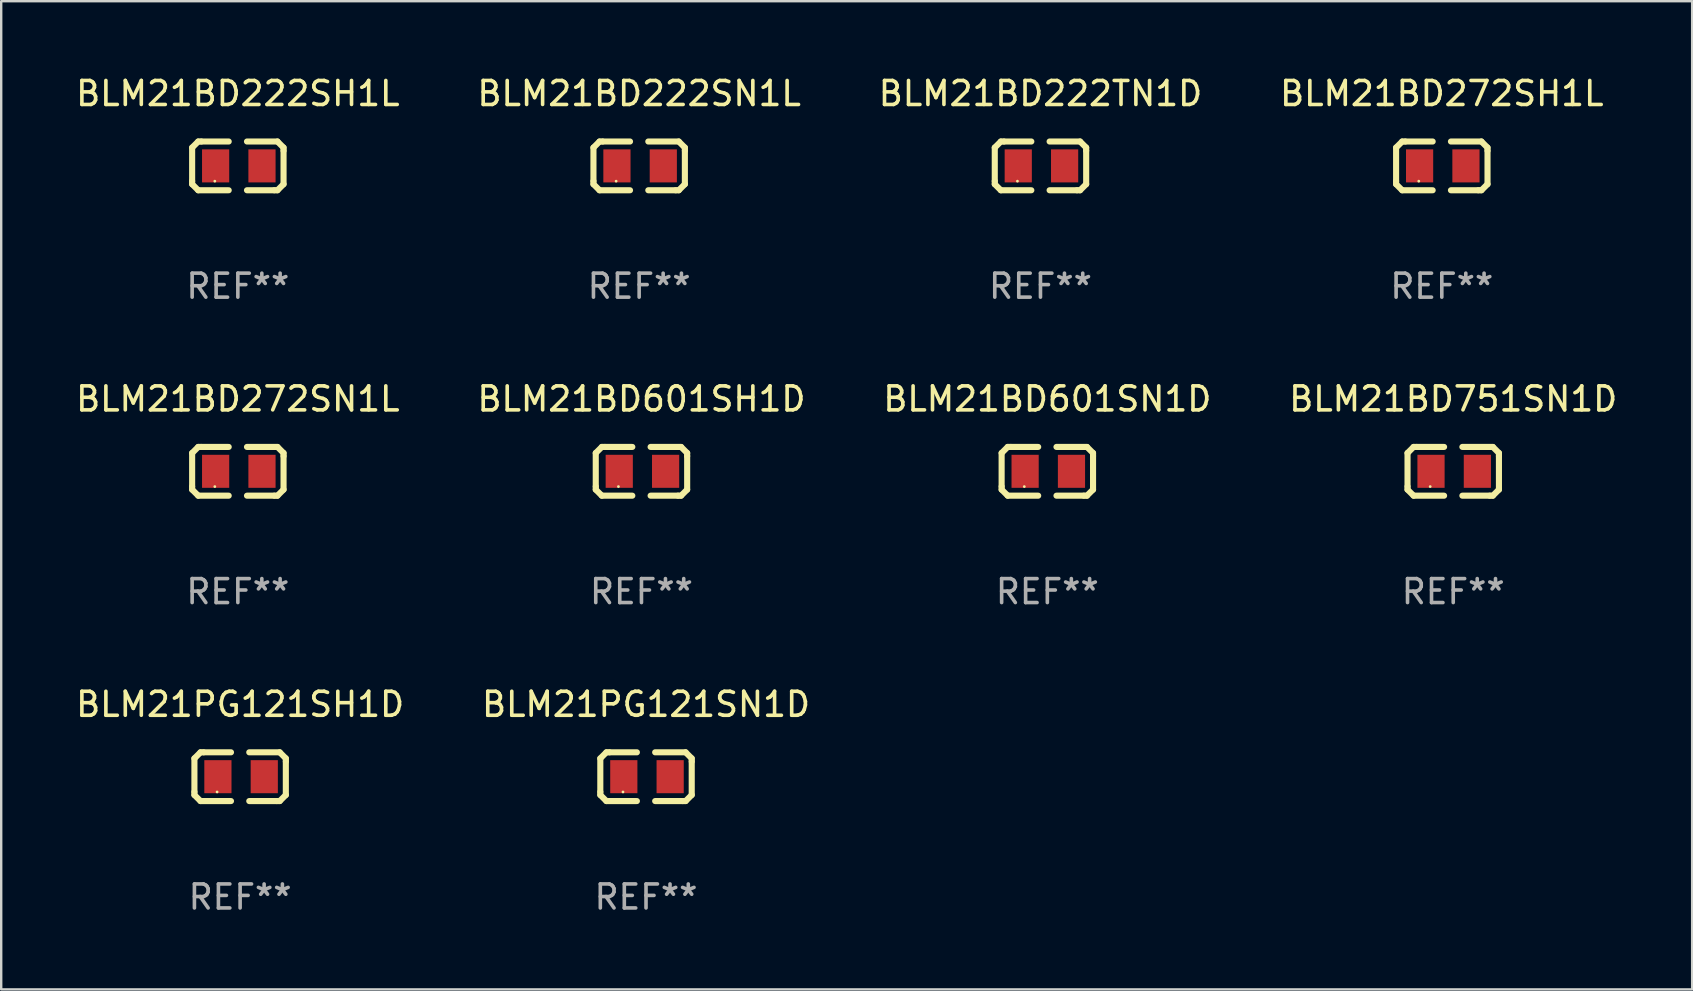
<source format=kicad_pcb>
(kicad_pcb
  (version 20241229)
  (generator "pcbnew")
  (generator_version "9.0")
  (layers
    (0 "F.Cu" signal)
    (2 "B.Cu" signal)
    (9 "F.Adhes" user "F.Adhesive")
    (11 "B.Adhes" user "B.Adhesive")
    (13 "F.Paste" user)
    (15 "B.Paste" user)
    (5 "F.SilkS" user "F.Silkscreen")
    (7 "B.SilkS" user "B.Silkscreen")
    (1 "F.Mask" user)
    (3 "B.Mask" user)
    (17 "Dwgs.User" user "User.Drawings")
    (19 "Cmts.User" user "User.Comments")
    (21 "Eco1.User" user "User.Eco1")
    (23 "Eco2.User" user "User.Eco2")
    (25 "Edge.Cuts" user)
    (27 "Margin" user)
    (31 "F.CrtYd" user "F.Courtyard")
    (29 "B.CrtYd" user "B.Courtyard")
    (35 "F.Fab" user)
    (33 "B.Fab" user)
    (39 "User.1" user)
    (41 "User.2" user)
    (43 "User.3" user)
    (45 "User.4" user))
  (footprint "BLM21BD272SH1L"
    (layer "F.Cu")
    (at 57.042 3.864)
    (property "Reference" "BLM21BD272SH1L" (at 0 -3.016 0) (layer "F.SilkS") (effects (font (size 1 1) (thickness 0.15))))
    (attr through_hole)
    (fp_line (start -1.905 -0.762) (end -1.905 0.635) (stroke (width 0.254) (type solid)) (layer "F.SilkS"))
    (fp_line (start -1.905 0.635) (end -1.905 0.762) (stroke (width 0.254) (type solid)) (layer "F.SilkS"))
    (fp_line (start -1.905 0.762) (end -1.651 1.016) (stroke (width 0.254) (type solid)) (layer "F.SilkS"))
    (fp_line (start -1.651 -1.016) (end -1.905 -0.762) (stroke (width 0.254) (type solid)) (layer "F.SilkS"))
    (fp_line (start -1.651 1.016) (end -0.381 1.016) (stroke (width 0.254) (type solid)) (layer "F.SilkS"))
    (fp_line (start -1.524 -1.016) (end -1.651 -1.016) (stroke (width 0.254) (type solid)) (layer "F.SilkS"))
    (fp_line (start -0.381 -1.016) (end -1.524 -1.016) (stroke (width 0.254) (type solid)) (layer "F.SilkS"))
    (fp_line (start 0.381 1.016) (end 1.524 1.016) (stroke (width 0.254) (type solid)) (layer "F.SilkS"))
    (fp_line (start 1.524 1.016) (end 1.651 1.016) (stroke (width 0.254) (type solid)) (layer "F.SilkS"))
    (fp_line (start 1.651 -1.016) (end 0.381 -1.016) (stroke (width 0.254) (type solid)) (layer "F.SilkS"))
    (fp_line (start 1.651 1.016) (end 1.905 0.762) (stroke (width 0.254) (type solid)) (layer "F.SilkS"))
    (fp_line (start 1.905 -0.762) (end 1.651 -1.016) (stroke (width 0.254) (type solid)) (layer "F.SilkS"))
    (fp_line (start 1.905 -0.635) (end 1.905 -0.762) (stroke (width 0.254) (type solid)) (layer "F.SilkS"))
    (fp_line (start 1.905 0.762) (end 1.905 -0.635) (stroke (width 0.254) (type solid)) (layer "F.SilkS"))
    (fp_circle (center -0.96 0.637) (end -0.93 0.637) (stroke (width 0.06) (type solid)) (fill no) (layer "F.SilkS"))
    (fp_text user "REF**" (at 0 5.016 0) (layer "F.Fab") (effects (font (size 1 1) (thickness 0.15))))
    (pad "1" smd rect (at -0.926 -0.000051) (size 1.133 1.377) (layers "F.Cu" "F.Mask" "F.Paste"))
    (pad "2" smd rect (at 1.006 -0.000051) (size 1.133 1.377) (layers "F.Cu" "F.Mask" "F.Paste")))
  (footprint "BLM21BD222SN1L"
    (layer "F.Cu")
    (at 23.589 3.864)
    (property "Reference" "BLM21BD222SN1L" (at 0 -3.016 0) (layer "F.SilkS") (effects (font (size 1 1) (thickness 0.15))))
    (attr through_hole)
    (fp_line (start -1.905 -0.762) (end -1.905 0.635) (stroke (width 0.254) (type solid)) (layer "F.SilkS"))
    (fp_line (start -1.905 0.635) (end -1.905 0.762) (stroke (width 0.254) (type solid)) (layer "F.SilkS"))
    (fp_line (start -1.905 0.762) (end -1.651 1.016) (stroke (width 0.254) (type solid)) (layer "F.SilkS"))
    (fp_line (start -1.651 -1.016) (end -1.905 -0.762) (stroke (width 0.254) (type solid)) (layer "F.SilkS"))
    (fp_line (start -1.651 1.016) (end -0.381 1.016) (stroke (width 0.254) (type solid)) (layer "F.SilkS"))
    (fp_line (start -1.524 -1.016) (end -1.651 -1.016) (stroke (width 0.254) (type solid)) (layer "F.SilkS"))
    (fp_line (start -0.381 -1.016) (end -1.524 -1.016) (stroke (width 0.254) (type solid)) (layer "F.SilkS"))
    (fp_line (start 0.381 1.016) (end 1.524 1.016) (stroke (width 0.254) (type solid)) (layer "F.SilkS"))
    (fp_line (start 1.524 1.016) (end 1.651 1.016) (stroke (width 0.254) (type solid)) (layer "F.SilkS"))
    (fp_line (start 1.651 -1.016) (end 0.381 -1.016) (stroke (width 0.254) (type solid)) (layer "F.SilkS"))
    (fp_line (start 1.651 1.016) (end 1.905 0.762) (stroke (width 0.254) (type solid)) (layer "F.SilkS"))
    (fp_line (start 1.905 -0.762) (end 1.651 -1.016) (stroke (width 0.254) (type solid)) (layer "F.SilkS"))
    (fp_line (start 1.905 -0.635) (end 1.905 -0.762) (stroke (width 0.254) (type solid)) (layer "F.SilkS"))
    (fp_line (start 1.905 0.762) (end 1.905 -0.635) (stroke (width 0.254) (type solid)) (layer "F.SilkS"))
    (fp_circle (center -0.96 0.637) (end -0.93 0.637) (stroke (width 0.06) (type solid)) (fill no) (layer "F.SilkS"))
    (fp_text user "REF**" (at 0 5.016 0) (layer "F.Fab") (effects (font (size 1 1) (thickness 0.15))))
    (pad "1" smd rect (at -0.926 -0.000051) (size 1.133 1.377) (layers "F.Cu" "F.Mask" "F.Paste"))
    (pad "2" smd rect (at 1.006 -0.000051) (size 1.133 1.377) (layers "F.Cu" "F.Mask" "F.Paste")))
  (footprint "BLM21BD272SN1L"
    (layer "F.Cu")
    (at 6.863 16.593)
    (property "Reference" "BLM21BD272SN1L" (at 0 -3.016 0) (layer "F.SilkS") (effects (font (size 1 1) (thickness 0.15))))
    (attr through_hole)
    (fp_line (start -1.905 -0.762) (end -1.905 0.635) (stroke (width 0.254) (type solid)) (layer "F.SilkS"))
    (fp_line (start -1.905 0.635) (end -1.905 0.762) (stroke (width 0.254) (type solid)) (layer "F.SilkS"))
    (fp_line (start -1.905 0.762) (end -1.651 1.016) (stroke (width 0.254) (type solid)) (layer "F.SilkS"))
    (fp_line (start -1.651 -1.016) (end -1.905 -0.762) (stroke (width 0.254) (type solid)) (layer "F.SilkS"))
    (fp_line (start -1.651 1.016) (end -0.381 1.016) (stroke (width 0.254) (type solid)) (layer "F.SilkS"))
    (fp_line (start -1.524 -1.016) (end -1.651 -1.016) (stroke (width 0.254) (type solid)) (layer "F.SilkS"))
    (fp_line (start -0.381 -1.016) (end -1.524 -1.016) (stroke (width 0.254) (type solid)) (layer "F.SilkS"))
    (fp_line (start 0.381 1.016) (end 1.524 1.016) (stroke (width 0.254) (type solid)) (layer "F.SilkS"))
    (fp_line (start 1.524 1.016) (end 1.651 1.016) (stroke (width 0.254) (type solid)) (layer "F.SilkS"))
    (fp_line (start 1.651 -1.016) (end 0.381 -1.016) (stroke (width 0.254) (type solid)) (layer "F.SilkS"))
    (fp_line (start 1.651 1.016) (end 1.905 0.762) (stroke (width 0.254) (type solid)) (layer "F.SilkS"))
    (fp_line (start 1.905 -0.762) (end 1.651 -1.016) (stroke (width 0.254) (type solid)) (layer "F.SilkS"))
    (fp_line (start 1.905 -0.635) (end 1.905 -0.762) (stroke (width 0.254) (type solid)) (layer "F.SilkS"))
    (fp_line (start 1.905 0.762) (end 1.905 -0.635) (stroke (width 0.254) (type solid)) (layer "F.SilkS"))
    (fp_circle (center -0.96 0.637) (end -0.93 0.637) (stroke (width 0.06) (type solid)) (fill no) (layer "F.SilkS"))
    (fp_text user "REF**" (at 0 5.016 0) (layer "F.Fab") (effects (font (size 1 1) (thickness 0.15))))
    (pad "1" smd rect (at -0.926 -0.000051) (size 1.133 1.377) (layers "F.Cu" "F.Mask" "F.Paste"))
    (pad "2" smd rect (at 1.006 -0.000051) (size 1.133 1.377) (layers "F.Cu" "F.Mask" "F.Paste")))
  (footprint "BLM21PG121SN1D"
    (layer "F.Cu")
    (at 23.875 29.321)
    (property "Reference" "BLM21PG121SN1D" (at 0 -3.016 0) (layer "F.SilkS") (effects (font (size 1 1) (thickness 0.15))))
    (attr through_hole)
    (fp_line (start -1.905 -0.762) (end -1.905 0.635) (stroke (width 0.254) (type solid)) (layer "F.SilkS"))
    (fp_line (start -1.905 0.635) (end -1.905 0.762) (stroke (width 0.254) (type solid)) (layer "F.SilkS"))
    (fp_line (start -1.905 0.762) (end -1.651 1.016) (stroke (width 0.254) (type solid)) (layer "F.SilkS"))
    (fp_line (start -1.651 -1.016) (end -1.905 -0.762) (stroke (width 0.254) (type solid)) (layer "F.SilkS"))
    (fp_line (start -1.651 1.016) (end -0.381 1.016) (stroke (width 0.254) (type solid)) (layer "F.SilkS"))
    (fp_line (start -1.524 -1.016) (end -1.651 -1.016) (stroke (width 0.254) (type solid)) (layer "F.SilkS"))
    (fp_line (start -0.381 -1.016) (end -1.524 -1.016) (stroke (width 0.254) (type solid)) (layer "F.SilkS"))
    (fp_line (start 0.381 1.016) (end 1.524 1.016) (stroke (width 0.254) (type solid)) (layer "F.SilkS"))
    (fp_line (start 1.524 1.016) (end 1.651 1.016) (stroke (width 0.254) (type solid)) (layer "F.SilkS"))
    (fp_line (start 1.651 -1.016) (end 0.381 -1.016) (stroke (width 0.254) (type solid)) (layer "F.SilkS"))
    (fp_line (start 1.651 1.016) (end 1.905 0.762) (stroke (width 0.254) (type solid)) (layer "F.SilkS"))
    (fp_line (start 1.905 -0.762) (end 1.651 -1.016) (stroke (width 0.254) (type solid)) (layer "F.SilkS"))
    (fp_line (start 1.905 -0.635) (end 1.905 -0.762) (stroke (width 0.254) (type solid)) (layer "F.SilkS"))
    (fp_line (start 1.905 0.762) (end 1.905 -0.635) (stroke (width 0.254) (type solid)) (layer "F.SilkS"))
    (fp_circle (center -0.96 0.637) (end -0.93 0.637) (stroke (width 0.06) (type solid)) (fill no) (layer "F.SilkS"))
    (fp_text user "REF**" (at 0 5.016 0) (layer "F.Fab") (effects (font (size 1 1) (thickness 0.15))))
    (pad "1" smd rect (at -0.926 -0.000051) (size 1.133 1.377) (layers "F.Cu" "F.Mask" "F.Paste"))
    (pad "2" smd rect (at 1.006 -0.000051) (size 1.133 1.377) (layers "F.Cu" "F.Mask" "F.Paste")))
  (footprint "BLM21BD601SN1D"
    (layer "F.Cu")
    (at 40.601 16.593)
    (property "Reference" "BLM21BD601SN1D" (at 0 -3.016 0) (layer "F.SilkS") (effects (font (size 1 1) (thickness 0.15))))
    (attr through_hole)
    (fp_line (start -1.905 -0.762) (end -1.905 0.635) (stroke (width 0.254) (type solid)) (layer "F.SilkS"))
    (fp_line (start -1.905 0.635) (end -1.905 0.762) (stroke (width 0.254) (type solid)) (layer "F.SilkS"))
    (fp_line (start -1.905 0.762) (end -1.651 1.016) (stroke (width 0.254) (type solid)) (layer "F.SilkS"))
    (fp_line (start -1.651 -1.016) (end -1.905 -0.762) (stroke (width 0.254) (type solid)) (layer "F.SilkS"))
    (fp_line (start -1.651 1.016) (end -0.381 1.016) (stroke (width 0.254) (type solid)) (layer "F.SilkS"))
    (fp_line (start -1.524 -1.016) (end -1.651 -1.016) (stroke (width 0.254) (type solid)) (layer "F.SilkS"))
    (fp_line (start -0.381 -1.016) (end -1.524 -1.016) (stroke (width 0.254) (type solid)) (layer "F.SilkS"))
    (fp_line (start 0.381 1.016) (end 1.524 1.016) (stroke (width 0.254) (type solid)) (layer "F.SilkS"))
    (fp_line (start 1.524 1.016) (end 1.651 1.016) (stroke (width 0.254) (type solid)) (layer "F.SilkS"))
    (fp_line (start 1.651 -1.016) (end 0.381 -1.016) (stroke (width 0.254) (type solid)) (layer "F.SilkS"))
    (fp_line (start 1.651 1.016) (end 1.905 0.762) (stroke (width 0.254) (type solid)) (layer "F.SilkS"))
    (fp_line (start 1.905 -0.762) (end 1.651 -1.016) (stroke (width 0.254) (type solid)) (layer "F.SilkS"))
    (fp_line (start 1.905 -0.635) (end 1.905 -0.762) (stroke (width 0.254) (type solid)) (layer "F.SilkS"))
    (fp_line (start 1.905 0.762) (end 1.905 -0.635) (stroke (width 0.254) (type solid)) (layer "F.SilkS"))
    (fp_circle (center -0.96 0.637) (end -0.93 0.637) (stroke (width 0.06) (type solid)) (fill no) (layer "F.SilkS"))
    (fp_text user "REF**" (at 0 5.016 0) (layer "F.Fab") (effects (font (size 1 1) (thickness 0.15))))
    (pad "1" smd rect (at -0.926 -0.000051) (size 1.133 1.377) (layers "F.Cu" "F.Mask" "F.Paste"))
    (pad "2" smd rect (at 1.006 -0.000051) (size 1.133 1.377) (layers "F.Cu" "F.Mask" "F.Paste")))
  (footprint "BLM21BD601SH1D"
    (layer "F.Cu")
    (at 23.685 16.593)
    (property "Reference" "BLM21BD601SH1D" (at 0 -3.016 0) (layer "F.SilkS") (effects (font (size 1 1) (thickness 0.15))))
    (attr through_hole)
    (fp_line (start -1.905 -0.762) (end -1.905 0.635) (stroke (width 0.254) (type solid)) (layer "F.SilkS"))
    (fp_line (start -1.905 0.635) (end -1.905 0.762) (stroke (width 0.254) (type solid)) (layer "F.SilkS"))
    (fp_line (start -1.905 0.762) (end -1.651 1.016) (stroke (width 0.254) (type solid)) (layer "F.SilkS"))
    (fp_line (start -1.651 -1.016) (end -1.905 -0.762) (stroke (width 0.254) (type solid)) (layer "F.SilkS"))
    (fp_line (start -1.651 1.016) (end -0.381 1.016) (stroke (width 0.254) (type solid)) (layer "F.SilkS"))
    (fp_line (start -1.524 -1.016) (end -1.651 -1.016) (stroke (width 0.254) (type solid)) (layer "F.SilkS"))
    (fp_line (start -0.381 -1.016) (end -1.524 -1.016) (stroke (width 0.254) (type solid)) (layer "F.SilkS"))
    (fp_line (start 0.381 1.016) (end 1.524 1.016) (stroke (width 0.254) (type solid)) (layer "F.SilkS"))
    (fp_line (start 1.524 1.016) (end 1.651 1.016) (stroke (width 0.254) (type solid)) (layer "F.SilkS"))
    (fp_line (start 1.651 -1.016) (end 0.381 -1.016) (stroke (width 0.254) (type solid)) (layer "F.SilkS"))
    (fp_line (start 1.651 1.016) (end 1.905 0.762) (stroke (width 0.254) (type solid)) (layer "F.SilkS"))
    (fp_line (start 1.905 -0.762) (end 1.651 -1.016) (stroke (width 0.254) (type solid)) (layer "F.SilkS"))
    (fp_line (start 1.905 -0.635) (end 1.905 -0.762) (stroke (width 0.254) (type solid)) (layer "F.SilkS"))
    (fp_line (start 1.905 0.762) (end 1.905 -0.635) (stroke (width 0.254) (type solid)) (layer "F.SilkS"))
    (fp_circle (center -0.96 0.637) (end -0.93 0.637) (stroke (width 0.06) (type solid)) (fill no) (layer "F.SilkS"))
    (fp_text user "REF**" (at 0 5.016 0) (layer "F.Fab") (effects (font (size 1 1) (thickness 0.15))))
    (pad "1" smd rect (at -0.926 -0.000051) (size 1.133 1.377) (layers "F.Cu" "F.Mask" "F.Paste"))
    (pad "2" smd rect (at 1.006 -0.000051) (size 1.133 1.377) (layers "F.Cu" "F.Mask" "F.Paste")))
  (footprint "BLM21PG121SH1D"
    (layer "F.Cu")
    (at 6.958 29.321)
    (property "Reference" "BLM21PG121SH1D" (at 0 -3.016 0) (layer "F.SilkS") (effects (font (size 1 1) (thickness 0.15))))
    (attr through_hole)
    (fp_line (start -1.905 -0.762) (end -1.905 0.635) (stroke (width 0.254) (type solid)) (layer "F.SilkS"))
    (fp_line (start -1.905 0.635) (end -1.905 0.762) (stroke (width 0.254) (type solid)) (layer "F.SilkS"))
    (fp_line (start -1.905 0.762) (end -1.651 1.016) (stroke (width 0.254) (type solid)) (layer "F.SilkS"))
    (fp_line (start -1.651 -1.016) (end -1.905 -0.762) (stroke (width 0.254) (type solid)) (layer "F.SilkS"))
    (fp_line (start -1.651 1.016) (end -0.381 1.016) (stroke (width 0.254) (type solid)) (layer "F.SilkS"))
    (fp_line (start -1.524 -1.016) (end -1.651 -1.016) (stroke (width 0.254) (type solid)) (layer "F.SilkS"))
    (fp_line (start -0.381 -1.016) (end -1.524 -1.016) (stroke (width 0.254) (type solid)) (layer "F.SilkS"))
    (fp_line (start 0.381 1.016) (end 1.524 1.016) (stroke (width 0.254) (type solid)) (layer "F.SilkS"))
    (fp_line (start 1.524 1.016) (end 1.651 1.016) (stroke (width 0.254) (type solid)) (layer "F.SilkS"))
    (fp_line (start 1.651 -1.016) (end 0.381 -1.016) (stroke (width 0.254) (type solid)) (layer "F.SilkS"))
    (fp_line (start 1.651 1.016) (end 1.905 0.762) (stroke (width 0.254) (type solid)) (layer "F.SilkS"))
    (fp_line (start 1.905 -0.762) (end 1.651 -1.016) (stroke (width 0.254) (type solid)) (layer "F.SilkS"))
    (fp_line (start 1.905 -0.635) (end 1.905 -0.762) (stroke (width 0.254) (type solid)) (layer "F.SilkS"))
    (fp_line (start 1.905 0.762) (end 1.905 -0.635) (stroke (width 0.254) (type solid)) (layer "F.SilkS"))
    (fp_circle (center -0.96 0.637) (end -0.93 0.637) (stroke (width 0.06) (type solid)) (fill no) (layer "F.SilkS"))
    (fp_text user "REF**" (at 0 5.016 0) (layer "F.Fab") (effects (font (size 1 1) (thickness 0.15))))
    (pad "1" smd rect (at -0.926 -0.000051) (size 1.133 1.377) (layers "F.Cu" "F.Mask" "F.Paste"))
    (pad "2" smd rect (at 1.006 -0.000051) (size 1.133 1.377) (layers "F.Cu" "F.Mask" "F.Paste")))
  (footprint "BLM21BD222SH1L"
    (layer "F.Cu")
    (at 6.863 3.864)
    (property "Reference" "BLM21BD222SH1L" (at 0 -3.016 0) (layer "F.SilkS") (effects (font (size 1 1) (thickness 0.15))))
    (attr through_hole)
    (fp_line (start -1.905 -0.762) (end -1.905 0.635) (stroke (width 0.254) (type solid)) (layer "F.SilkS"))
    (fp_line (start -1.905 0.635) (end -1.905 0.762) (stroke (width 0.254) (type solid)) (layer "F.SilkS"))
    (fp_line (start -1.905 0.762) (end -1.651 1.016) (stroke (width 0.254) (type solid)) (layer "F.SilkS"))
    (fp_line (start -1.651 -1.016) (end -1.905 -0.762) (stroke (width 0.254) (type solid)) (layer "F.SilkS"))
    (fp_line (start -1.651 1.016) (end -0.381 1.016) (stroke (width 0.254) (type solid)) (layer "F.SilkS"))
    (fp_line (start -1.524 -1.016) (end -1.651 -1.016) (stroke (width 0.254) (type solid)) (layer "F.SilkS"))
    (fp_line (start -0.381 -1.016) (end -1.524 -1.016) (stroke (width 0.254) (type solid)) (layer "F.SilkS"))
    (fp_line (start 0.381 1.016) (end 1.524 1.016) (stroke (width 0.254) (type solid)) (layer "F.SilkS"))
    (fp_line (start 1.524 1.016) (end 1.651 1.016) (stroke (width 0.254) (type solid)) (layer "F.SilkS"))
    (fp_line (start 1.651 -1.016) (end 0.381 -1.016) (stroke (width 0.254) (type solid)) (layer "F.SilkS"))
    (fp_line (start 1.651 1.016) (end 1.905 0.762) (stroke (width 0.254) (type solid)) (layer "F.SilkS"))
    (fp_line (start 1.905 -0.762) (end 1.651 -1.016) (stroke (width 0.254) (type solid)) (layer "F.SilkS"))
    (fp_line (start 1.905 -0.635) (end 1.905 -0.762) (stroke (width 0.254) (type solid)) (layer "F.SilkS"))
    (fp_line (start 1.905 0.762) (end 1.905 -0.635) (stroke (width 0.254) (type solid)) (layer "F.SilkS"))
    (fp_circle (center -0.96 0.637) (end -0.93 0.637) (stroke (width 0.06) (type solid)) (fill no) (layer "F.SilkS"))
    (fp_text user "REF**" (at 0 5.016 0) (layer "F.Fab") (effects (font (size 1 1) (thickness 0.15))))
    (pad "1" smd rect (at -0.926 -0.000051) (size 1.133 1.377) (layers "F.Cu" "F.Mask" "F.Paste"))
    (pad "2" smd rect (at 1.006 -0.000051) (size 1.133 1.377) (layers "F.Cu" "F.Mask" "F.Paste")))
  (footprint "BLM21BD751SN1D"
    (layer "F.Cu")
    (at 57.518 16.593)
    (property "Reference" "BLM21BD751SN1D" (at 0 -3.016 0) (layer "F.SilkS") (effects (font (size 1 1) (thickness 0.15))))
    (attr through_hole)
    (fp_line (start -1.905 -0.762) (end -1.905 0.635) (stroke (width 0.254) (type solid)) (layer "F.SilkS"))
    (fp_line (start -1.905 0.635) (end -1.905 0.762) (stroke (width 0.254) (type solid)) (layer "F.SilkS"))
    (fp_line (start -1.905 0.762) (end -1.651 1.016) (stroke (width 0.254) (type solid)) (layer "F.SilkS"))
    (fp_line (start -1.651 -1.016) (end -1.905 -0.762) (stroke (width 0.254) (type solid)) (layer "F.SilkS"))
    (fp_line (start -1.651 1.016) (end -0.381 1.016) (stroke (width 0.254) (type solid)) (layer "F.SilkS"))
    (fp_line (start -1.524 -1.016) (end -1.651 -1.016) (stroke (width 0.254) (type solid)) (layer "F.SilkS"))
    (fp_line (start -0.381 -1.016) (end -1.524 -1.016) (stroke (width 0.254) (type solid)) (layer "F.SilkS"))
    (fp_line (start 0.381 1.016) (end 1.524 1.016) (stroke (width 0.254) (type solid)) (layer "F.SilkS"))
    (fp_line (start 1.524 1.016) (end 1.651 1.016) (stroke (width 0.254) (type solid)) (layer "F.SilkS"))
    (fp_line (start 1.651 -1.016) (end 0.381 -1.016) (stroke (width 0.254) (type solid)) (layer "F.SilkS"))
    (fp_line (start 1.651 1.016) (end 1.905 0.762) (stroke (width 0.254) (type solid)) (layer "F.SilkS"))
    (fp_line (start 1.905 -0.762) (end 1.651 -1.016) (stroke (width 0.254) (type solid)) (layer "F.SilkS"))
    (fp_line (start 1.905 -0.635) (end 1.905 -0.762) (stroke (width 0.254) (type solid)) (layer "F.SilkS"))
    (fp_line (start 1.905 0.762) (end 1.905 -0.635) (stroke (width 0.254) (type solid)) (layer "F.SilkS"))
    (fp_circle (center -0.96 0.637) (end -0.93 0.637) (stroke (width 0.06) (type solid)) (fill no) (layer "F.SilkS"))
    (fp_text user "REF**" (at 0 5.016 0) (layer "F.Fab") (effects (font (size 1 1) (thickness 0.15))))
    (pad "1" smd rect (at -0.926 -0.000051) (size 1.133 1.377) (layers "F.Cu" "F.Mask" "F.Paste"))
    (pad "2" smd rect (at 1.006 -0.000051) (size 1.133 1.377) (layers "F.Cu" "F.Mask" "F.Paste")))
  (footprint "BLM21BD222TN1D"
    (layer "F.Cu")
    (at 40.315 3.864)
    (property "Reference" "BLM21BD222TN1D" (at 0 -3.016 0) (layer "F.SilkS") (effects (font (size 1 1) (thickness 0.15))))
    (attr through_hole)
    (fp_line (start -1.905 -0.762) (end -1.905 0.635) (stroke (width 0.254) (type solid)) (layer "F.SilkS"))
    (fp_line (start -1.905 0.635) (end -1.905 0.762) (stroke (width 0.254) (type solid)) (layer "F.SilkS"))
    (fp_line (start -1.905 0.762) (end -1.651 1.016) (stroke (width 0.254) (type solid)) (layer "F.SilkS"))
    (fp_line (start -1.651 -1.016) (end -1.905 -0.762) (stroke (width 0.254) (type solid)) (layer "F.SilkS"))
    (fp_line (start -1.651 1.016) (end -0.381 1.016) (stroke (width 0.254) (type solid)) (layer "F.SilkS"))
    (fp_line (start -1.524 -1.016) (end -1.651 -1.016) (stroke (width 0.254) (type solid)) (layer "F.SilkS"))
    (fp_line (start -0.381 -1.016) (end -1.524 -1.016) (stroke (width 0.254) (type solid)) (layer "F.SilkS"))
    (fp_line (start 0.381 1.016) (end 1.524 1.016) (stroke (width 0.254) (type solid)) (layer "F.SilkS"))
    (fp_line (start 1.524 1.016) (end 1.651 1.016) (stroke (width 0.254) (type solid)) (layer "F.SilkS"))
    (fp_line (start 1.651 -1.016) (end 0.381 -1.016) (stroke (width 0.254) (type solid)) (layer "F.SilkS"))
    (fp_line (start 1.651 1.016) (end 1.905 0.762) (stroke (width 0.254) (type solid)) (layer "F.SilkS"))
    (fp_line (start 1.905 -0.762) (end 1.651 -1.016) (stroke (width 0.254) (type solid)) (layer "F.SilkS"))
    (fp_line (start 1.905 -0.635) (end 1.905 -0.762) (stroke (width 0.254) (type solid)) (layer "F.SilkS"))
    (fp_line (start 1.905 0.762) (end 1.905 -0.635) (stroke (width 0.254) (type solid)) (layer "F.SilkS"))
    (fp_circle (center -0.96 0.637) (end -0.93 0.637) (stroke (width 0.06) (type solid)) (fill no) (layer "F.SilkS"))
    (fp_text user "REF**" (at 0 5.016 0) (layer "F.Fab") (effects (font (size 1 1) (thickness 0.15))))
    (pad "1" smd rect (at -0.926 -0.000051) (size 1.133 1.377) (layers "F.Cu" "F.Mask" "F.Paste"))
    (pad "2" smd rect (at 1.006 -0.000051) (size 1.133 1.377) (layers "F.Cu" "F.Mask" "F.Paste")))
  (gr_rect
    (start -3 -3)
    (end 67.476 38.186)
    (stroke (width 0.1) (type default))
    (fill no)
    (layer "Edge.Cuts")))
</source>
